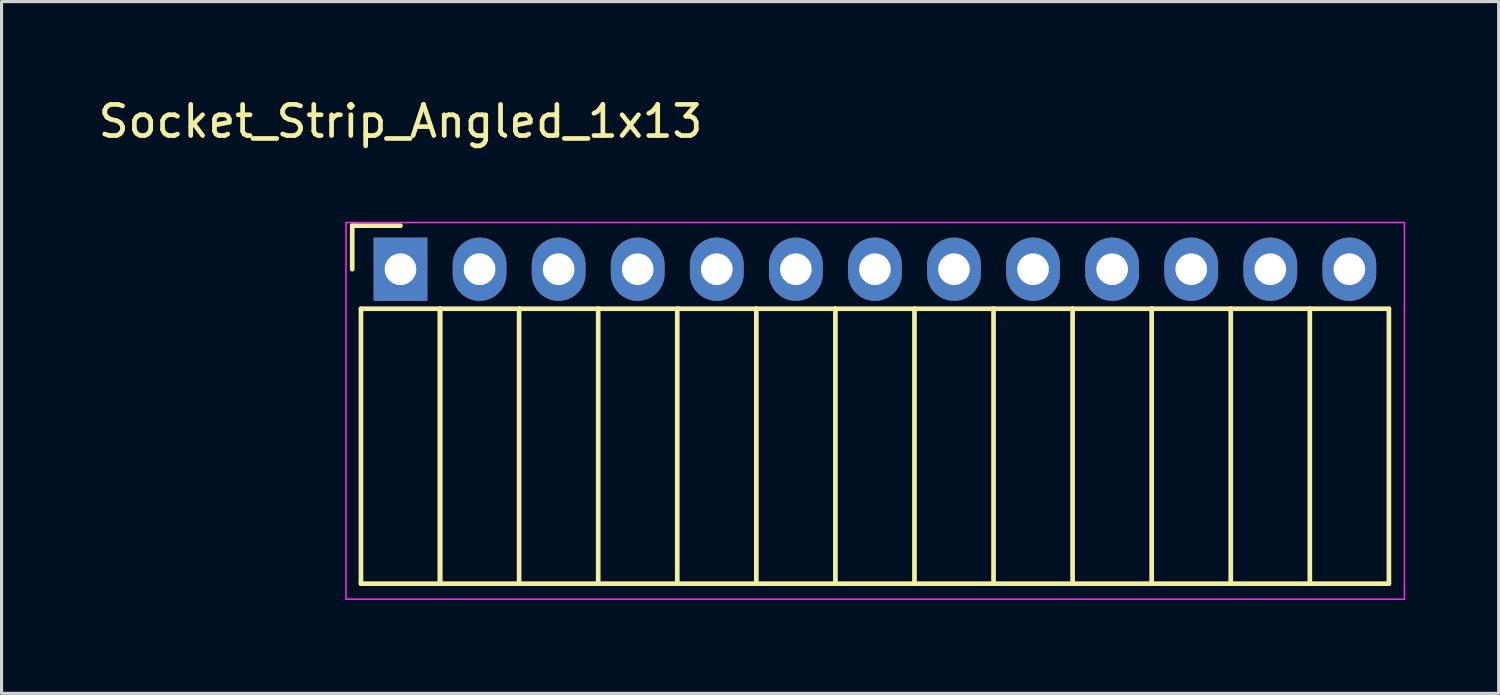
<source format=kicad_pcb>
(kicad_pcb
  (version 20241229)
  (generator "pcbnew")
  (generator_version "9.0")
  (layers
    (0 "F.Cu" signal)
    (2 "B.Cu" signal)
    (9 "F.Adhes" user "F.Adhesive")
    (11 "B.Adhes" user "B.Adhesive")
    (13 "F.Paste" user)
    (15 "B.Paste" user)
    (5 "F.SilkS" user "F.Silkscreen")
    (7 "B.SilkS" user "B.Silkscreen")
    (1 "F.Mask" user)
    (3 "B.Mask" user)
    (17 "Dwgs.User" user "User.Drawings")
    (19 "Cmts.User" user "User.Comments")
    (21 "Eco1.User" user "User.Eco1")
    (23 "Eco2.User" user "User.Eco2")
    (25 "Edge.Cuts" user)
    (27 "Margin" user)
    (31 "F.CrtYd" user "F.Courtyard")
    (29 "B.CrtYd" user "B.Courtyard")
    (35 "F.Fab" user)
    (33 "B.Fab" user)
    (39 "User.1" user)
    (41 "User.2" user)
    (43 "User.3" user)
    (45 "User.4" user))
  (footprint "Socket_Strip_Angled_1x13"
    (layer "F.Cu")
    (at 9.815 5.598)
    (property "Reference" "Socket_Strip_Angled_1x13" (at 0 -4.75 0) (layer "F.SilkS") (effects (font (size 1 1) (thickness 0.15))))
    (attr through_hole)
    (fp_line (start -1.55 -1.4) (end -1.55 0) (stroke (width 0.15) (type solid)) (layer "F.SilkS"))
    (fp_line (start -1.27 1.27) (end -1.27 10.1) (stroke (width 0.15) (type solid)) (layer "F.SilkS"))
    (fp_line (start -1.27 1.27) (end 1.27 1.27) (stroke (width 0.15) (type solid)) (layer "F.SilkS"))
    (fp_line (start -1.27 10.1) (end 1.27 10.1) (stroke (width 0.15) (type solid)) (layer "F.SilkS"))
    (fp_line (start 0 -1.4) (end -1.55 -1.4) (stroke (width 0.15) (type solid)) (layer "F.SilkS"))
    (fp_line (start 1.27 1.27) (end 1.27 10.1) (stroke (width 0.15) (type solid)) (layer "F.SilkS"))
    (fp_line (start 1.27 1.27) (end 3.81 1.27) (stroke (width 0.15) (type solid)) (layer "F.SilkS"))
    (fp_line (start 1.27 10.1) (end 1.27 1.27) (stroke (width 0.15) (type solid)) (layer "F.SilkS"))
    (fp_line (start 1.27 10.1) (end 3.81 10.1) (stroke (width 0.15) (type solid)) (layer "F.SilkS"))
    (fp_line (start 3.81 1.27) (end 6.35 1.27) (stroke (width 0.15) (type solid)) (layer "F.SilkS"))
    (fp_line (start 3.81 10.1) (end 3.81 1.27) (stroke (width 0.15) (type solid)) (layer "F.SilkS"))
    (fp_line (start 3.81 10.1) (end 6.35 10.1) (stroke (width 0.15) (type solid)) (layer "F.SilkS"))
    (fp_line (start 6.35 1.27) (end 8.89 1.27) (stroke (width 0.15) (type solid)) (layer "F.SilkS"))
    (fp_line (start 6.35 10.1) (end 6.35 1.27) (stroke (width 0.15) (type solid)) (layer "F.SilkS"))
    (fp_line (start 6.35 10.1) (end 8.89 10.1) (stroke (width 0.15) (type solid)) (layer "F.SilkS"))
    (fp_line (start 8.89 1.27) (end 11.43 1.27) (stroke (width 0.15) (type solid)) (layer "F.SilkS"))
    (fp_line (start 8.89 10.1) (end 8.89 1.27) (stroke (width 0.15) (type solid)) (layer "F.SilkS"))
    (fp_line (start 8.89 10.1) (end 11.43 10.1) (stroke (width 0.15) (type solid)) (layer "F.SilkS"))
    (fp_line (start 11.43 1.27) (end 13.97 1.27) (stroke (width 0.15) (type solid)) (layer "F.SilkS"))
    (fp_line (start 11.43 10.1) (end 11.43 1.27) (stroke (width 0.15) (type solid)) (layer "F.SilkS"))
    (fp_line (start 11.43 10.1) (end 13.97 10.1) (stroke (width 0.15) (type solid)) (layer "F.SilkS"))
    (fp_line (start 13.97 1.27) (end 16.51 1.27) (stroke (width 0.15) (type solid)) (layer "F.SilkS"))
    (fp_line (start 13.97 10.1) (end 13.97 1.27) (stroke (width 0.15) (type solid)) (layer "F.SilkS"))
    (fp_line (start 13.97 10.1) (end 16.51 10.1) (stroke (width 0.15) (type solid)) (layer "F.SilkS"))
    (fp_line (start 16.51 1.27) (end 19.05 1.27) (stroke (width 0.15) (type solid)) (layer "F.SilkS"))
    (fp_line (start 16.51 10.1) (end 16.51 1.27) (stroke (width 0.15) (type solid)) (layer "F.SilkS"))
    (fp_line (start 16.51 10.1) (end 19.05 10.1) (stroke (width 0.15) (type solid)) (layer "F.SilkS"))
    (fp_line (start 19.05 1.27) (end 21.59 1.27) (stroke (width 0.15) (type solid)) (layer "F.SilkS"))
    (fp_line (start 19.05 10.1) (end 19.05 1.27) (stroke (width 0.15) (type solid)) (layer "F.SilkS"))
    (fp_line (start 19.05 10.1) (end 21.59 10.1) (stroke (width 0.15) (type solid)) (layer "F.SilkS"))
    (fp_line (start 21.59 1.27) (end 24.13 1.27) (stroke (width 0.15) (type solid)) (layer "F.SilkS"))
    (fp_line (start 21.59 10.1) (end 21.59 1.27) (stroke (width 0.15) (type solid)) (layer "F.SilkS"))
    (fp_line (start 21.59 10.1) (end 24.13 10.1) (stroke (width 0.15) (type solid)) (layer "F.SilkS"))
    (fp_line (start 24.13 1.27) (end 26.67 1.27) (stroke (width 0.15) (type solid)) (layer "F.SilkS"))
    (fp_line (start 24.13 10.1) (end 24.13 1.27) (stroke (width 0.15) (type solid)) (layer "F.SilkS"))
    (fp_line (start 24.13 10.1) (end 26.67 10.1) (stroke (width 0.15) (type solid)) (layer "F.SilkS"))
    (fp_line (start 26.67 1.27) (end 29.21 1.27) (stroke (width 0.15) (type solid)) (layer "F.SilkS"))
    (fp_line (start 26.67 10.1) (end 26.67 1.27) (stroke (width 0.15) (type solid)) (layer "F.SilkS"))
    (fp_line (start 26.67 10.1) (end 29.21 10.1) (stroke (width 0.15) (type solid)) (layer "F.SilkS"))
    (fp_line (start 29.21 1.27) (end 31.75 1.27) (stroke (width 0.15) (type solid)) (layer "F.SilkS"))
    (fp_line (start 29.21 10.1) (end 29.21 1.27) (stroke (width 0.15) (type solid)) (layer "F.SilkS"))
    (fp_line (start 29.21 10.1) (end 31.75 10.1) (stroke (width 0.15) (type solid)) (layer "F.SilkS"))
    (fp_line (start 31.75 10.1) (end 31.75 1.27) (stroke (width 0.15) (type solid)) (layer "F.SilkS"))
    (fp_line (start -1.75 -1.5) (end -1.75 10.6) (stroke (width 0.05) (type solid)) (layer "F.CrtYd"))
    (fp_line (start -1.75 -1.5) (end 32.25 -1.5) (stroke (width 0.05) (type solid)) (layer "F.CrtYd"))
    (fp_line (start -1.75 10.6) (end 32.25 10.6) (stroke (width 0.05) (type solid)) (layer "F.CrtYd"))
    (fp_line (start 32.25 -1.5) (end 32.25 10.6) (stroke (width 0.05) (type solid)) (layer "F.CrtYd"))
    (pad "1" thru_hole rect (at 0 0) (size 1.727 2.032) (drill 1.016) (layers "*.Cu" "*.Mask"))
    (pad "2" thru_hole oval (at 2.54 0) (size 1.727 2.032) (drill 1.016) (layers "*.Cu" "*.Mask"))
    (pad "3" thru_hole oval (at 5.08 0) (size 1.727 2.032) (drill 1.016) (layers "*.Cu" "*.Mask"))
    (pad "4" thru_hole oval (at 7.62 0) (size 1.727 2.032) (drill 1.016) (layers "*.Cu" "*.Mask"))
    (pad "5" thru_hole oval (at 10.16 0) (size 1.727 2.032) (drill 1.016) (layers "*.Cu" "*.Mask"))
    (pad "6" thru_hole oval (at 12.7 0) (size 1.727 2.032) (drill 1.016) (layers "*.Cu" "*.Mask"))
    (pad "7" thru_hole oval (at 15.24 0) (size 1.727 2.032) (drill 1.016) (layers "*.Cu" "*.Mask"))
    (pad "8" thru_hole oval (at 17.78 0) (size 1.727 2.032) (drill 1.016) (layers "*.Cu" "*.Mask"))
    (pad "9" thru_hole oval (at 20.32 0) (size 1.727 2.032) (drill 1.016) (layers "*.Cu" "*.Mask"))
    (pad "10" thru_hole oval (at 22.86 0) (size 1.727 2.032) (drill 1.016) (layers "*.Cu" "*.Mask"))
    (pad "11" thru_hole oval (at 25.4 0) (size 1.727 2.032) (drill 1.016) (layers "*.Cu" "*.Mask"))
    (pad "12" thru_hole oval (at 27.94 0) (size 1.727 2.032) (drill 1.016) (layers "*.Cu" "*.Mask"))
    (pad "13" thru_hole oval (at 30.48 0) (size 1.727 2.032) (drill 1.016) (layers "*.Cu" "*.Mask")))
  (gr_rect
    (start -3 -3)
    (end 45.09 19.223)
    (stroke (width 0.1) (type default))
    (fill no)
    (layer "Edge.Cuts")))
</source>
